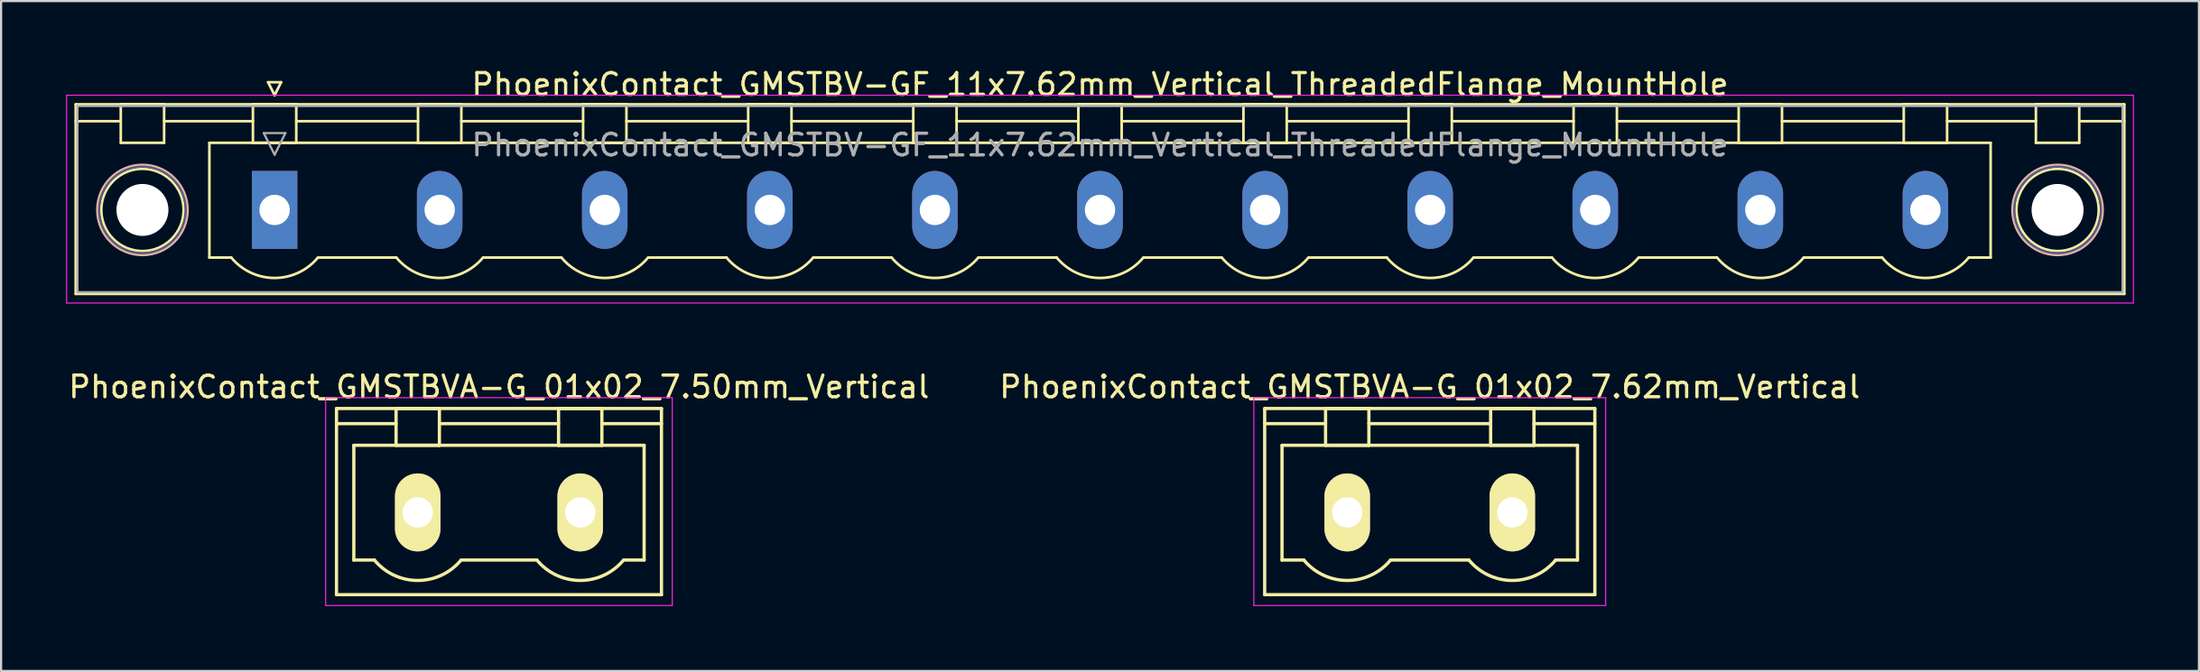
<source format=kicad_pcb>
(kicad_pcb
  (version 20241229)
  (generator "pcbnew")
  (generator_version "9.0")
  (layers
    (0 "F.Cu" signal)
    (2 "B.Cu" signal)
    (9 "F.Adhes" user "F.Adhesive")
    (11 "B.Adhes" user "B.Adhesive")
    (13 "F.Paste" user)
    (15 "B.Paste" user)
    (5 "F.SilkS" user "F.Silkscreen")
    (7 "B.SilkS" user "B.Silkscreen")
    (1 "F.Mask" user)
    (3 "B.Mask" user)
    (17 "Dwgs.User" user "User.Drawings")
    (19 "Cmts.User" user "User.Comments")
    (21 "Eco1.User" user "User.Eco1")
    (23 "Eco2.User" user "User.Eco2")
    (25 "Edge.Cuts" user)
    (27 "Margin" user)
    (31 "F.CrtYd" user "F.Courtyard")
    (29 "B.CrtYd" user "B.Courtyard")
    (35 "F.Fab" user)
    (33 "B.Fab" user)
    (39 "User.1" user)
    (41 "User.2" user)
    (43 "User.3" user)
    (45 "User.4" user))
  (footprint "PhoenixContact_GMSTBVA-G_01x02_7.62mm_Vertical"
    (layer "F.Cu")
    (at 59.136 20.622)
    (property "Reference" "PhoenixContact_GMSTBVA-G_01x02_7.62mm_Vertical" (at 3.81 -5.8 0) (layer "F.SilkS") (effects (font (size 1 1) (thickness 0.15))))
    (attr through_hole)
    (fp_line (start -3.81 -4.8) (end -3.81 3.8) (stroke (width 0.15) (type solid)) (layer "F.SilkS"))
    (fp_line (start -3.81 -4.1) (end -1 -4.1) (stroke (width 0.15) (type solid)) (layer "F.SilkS"))
    (fp_line (start -3.81 3.8) (end 11.43 3.8) (stroke (width 0.15) (type solid)) (layer "F.SilkS"))
    (fp_line (start -3.01 -3.1) (end 10.63 -3.1) (stroke (width 0.15) (type solid)) (layer "F.SilkS"))
    (fp_line (start -3.01 2.2) (end -3.01 -3.1) (stroke (width 0.15) (type solid)) (layer "F.SilkS"))
    (fp_line (start -2 2.2) (end -3.01 2.2) (stroke (width 0.15) (type solid)) (layer "F.SilkS"))
    (fp_line (start -1 -4.8) (end 1 -4.8) (stroke (width 0.15) (type solid)) (layer "F.SilkS"))
    (fp_line (start -1 -3.1) (end -1 -4.8) (stroke (width 0.15) (type solid)) (layer "F.SilkS"))
    (fp_line (start 1 -4.8) (end 1 -3.1) (stroke (width 0.15) (type solid)) (layer "F.SilkS"))
    (fp_line (start 1 -4.1) (end 6.62 -4.1) (stroke (width 0.15) (type solid)) (layer "F.SilkS"))
    (fp_line (start 1 -3.1) (end -1 -3.1) (stroke (width 0.15) (type solid)) (layer "F.SilkS"))
    (fp_line (start 2 2.2) (end 5.62 2.2) (stroke (width 0.15) (type solid)) (layer "F.SilkS"))
    (fp_line (start 6.62 -4.8) (end 8.62 -4.8) (stroke (width 0.15) (type solid)) (layer "F.SilkS"))
    (fp_line (start 6.62 -3.1) (end 6.62 -4.8) (stroke (width 0.15) (type solid)) (layer "F.SilkS"))
    (fp_line (start 8.62 -4.8) (end 8.62 -3.1) (stroke (width 0.15) (type solid)) (layer "F.SilkS"))
    (fp_line (start 8.62 -3.1) (end 6.62 -3.1) (stroke (width 0.15) (type solid)) (layer "F.SilkS"))
    (fp_line (start 10.63 -3.1) (end 10.63 2.2) (stroke (width 0.15) (type solid)) (layer "F.SilkS"))
    (fp_line (start 10.63 2.2) (end 9.62 2.2) (stroke (width 0.15) (type solid)) (layer "F.SilkS"))
    (fp_line (start 11.43 -4.8) (end -3.81 -4.8) (stroke (width 0.15) (type solid)) (layer "F.SilkS"))
    (fp_line (start 11.43 -4.1) (end 8.62 -4.1) (stroke (width 0.15) (type solid)) (layer "F.SilkS"))
    (fp_line (start 11.43 3.8) (end 11.43 -4.8) (stroke (width 0.15) (type solid)) (layer "F.SilkS"))
    (fp_arc (start 1.986842 2.215821) (mid -0.010289 3.142758) (end -2 2.2) (stroke (width 0.15) (type solid)) (layer "F.SilkS"))
    (fp_arc (start 9.606842 2.215821) (mid 7.609711 3.142758) (end 5.62 2.2) (stroke (width 0.15) (type solid)) (layer "F.SilkS"))
    (fp_line (start -4.31 -5.3) (end -4.31 4.3) (stroke (width 0.05) (type solid)) (layer "F.CrtYd"))
    (fp_line (start -4.31 4.3) (end 11.93 4.3) (stroke (width 0.05) (type solid)) (layer "F.CrtYd"))
    (fp_line (start 11.93 -5.3) (end -4.31 -5.3) (stroke (width 0.05) (type solid)) (layer "F.CrtYd"))
    (fp_line (start 11.93 4.3) (end 11.93 -5.3) (stroke (width 0.05) (type solid)) (layer "F.CrtYd"))
    (pad "1" thru_hole oval (at 0 0) (size 2.1 3.6) (drill 1.4) (layers "*.Cu" "*.Mask" "F.SilkS"))
    (pad "2" thru_hole oval (at 7.62 0) (size 2.1 3.6) (drill 1.4) (layers "*.Cu" "*.Mask" "F.SilkS")))
  (footprint "PhoenixContact_GMSTBV-GF_11x7.62mm_Vertical_ThreadedFlange_MountHole"
    (layer "F.Cu")
    (at 9.625 6.648)
    (property "Reference" "PhoenixContact_GMSTBV-GF_11x7.62mm_Vertical_ThreadedFlange_MountHole" (at 38.1 -5.8 0) (layer "F.SilkS") (effects (font (size 1 1) (thickness 0.15))))
    (attr through_hole)
    (fp_line (start -9.18 -4.88) (end -9.18 3.88) (stroke (width 0.12) (type solid)) (layer "F.SilkS"))
    (fp_line (start -9.18 -4.1) (end -7.18 -4.1) (stroke (width 0.12) (type solid)) (layer "F.SilkS"))
    (fp_line (start -9.18 3.88) (end 85.38 3.88) (stroke (width 0.12) (type solid)) (layer "F.SilkS"))
    (fp_line (start -7.1 -4.88) (end -5.1 -4.88) (stroke (width 0.12) (type solid)) (layer "F.SilkS"))
    (fp_line (start -7.1 -3.1) (end -7.1 -4.88) (stroke (width 0.12) (type solid)) (layer "F.SilkS"))
    (fp_line (start -5.1 -4.88) (end -5.1 -3.1) (stroke (width 0.12) (type solid)) (layer "F.SilkS"))
    (fp_line (start -5.1 -4.1) (end -1 -4.1) (stroke (width 0.12) (type solid)) (layer "F.SilkS"))
    (fp_line (start -5.1 -3.1) (end -7.1 -3.1) (stroke (width 0.12) (type solid)) (layer "F.SilkS"))
    (fp_line (start -3.01 -3.1) (end 79.21 -3.1) (stroke (width 0.12) (type solid)) (layer "F.SilkS"))
    (fp_line (start -3.01 2.2) (end -3.01 -3.1) (stroke (width 0.12) (type solid)) (layer "F.SilkS"))
    (fp_line (start -2 2.2) (end -3.01 2.2) (stroke (width 0.12) (type solid)) (layer "F.SilkS"))
    (fp_line (start -1 -4.88) (end 1 -4.88) (stroke (width 0.12) (type solid)) (layer "F.SilkS"))
    (fp_line (start -1 -3.1) (end -1 -4.88) (stroke (width 0.12) (type solid)) (layer "F.SilkS"))
    (fp_line (start -0.3 -5.9) (end 0.3 -5.9) (stroke (width 0.12) (type solid)) (layer "F.SilkS"))
    (fp_line (start 0 -5.3) (end -0.3 -5.9) (stroke (width 0.12) (type solid)) (layer "F.SilkS"))
    (fp_line (start 0.3 -5.9) (end 0 -5.3) (stroke (width 0.12) (type solid)) (layer "F.SilkS"))
    (fp_line (start 1 -4.88) (end 1 -3.1) (stroke (width 0.12) (type solid)) (layer "F.SilkS"))
    (fp_line (start 1 -4.1) (end 6.62 -4.1) (stroke (width 0.12) (type solid)) (layer "F.SilkS"))
    (fp_line (start 1 -3.1) (end -1 -3.1) (stroke (width 0.12) (type solid)) (layer "F.SilkS"))
    (fp_line (start 2 2.2) (end 5.62 2.2) (stroke (width 0.12) (type solid)) (layer "F.SilkS"))
    (fp_line (start 6.62 -4.88) (end 8.62 -4.88) (stroke (width 0.12) (type solid)) (layer "F.SilkS"))
    (fp_line (start 6.62 -3.1) (end 6.62 -4.88) (stroke (width 0.12) (type solid)) (layer "F.SilkS"))
    (fp_line (start 8.62 -4.88) (end 8.62 -3.1) (stroke (width 0.12) (type solid)) (layer "F.SilkS"))
    (fp_line (start 8.62 -4.1) (end 14.24 -4.1) (stroke (width 0.12) (type solid)) (layer "F.SilkS"))
    (fp_line (start 8.62 -3.1) (end 6.62 -3.1) (stroke (width 0.12) (type solid)) (layer "F.SilkS"))
    (fp_line (start 9.62 2.2) (end 13.24 2.2) (stroke (width 0.12) (type solid)) (layer "F.SilkS"))
    (fp_line (start 14.24 -4.88) (end 16.24 -4.88) (stroke (width 0.12) (type solid)) (layer "F.SilkS"))
    (fp_line (start 14.24 -3.1) (end 14.24 -4.88) (stroke (width 0.12) (type solid)) (layer "F.SilkS"))
    (fp_line (start 16.24 -4.88) (end 16.24 -3.1) (stroke (width 0.12) (type solid)) (layer "F.SilkS"))
    (fp_line (start 16.24 -4.1) (end 21.86 -4.1) (stroke (width 0.12) (type solid)) (layer "F.SilkS"))
    (fp_line (start 16.24 -3.1) (end 14.24 -3.1) (stroke (width 0.12) (type solid)) (layer "F.SilkS"))
    (fp_line (start 17.24 2.2) (end 20.86 2.2) (stroke (width 0.12) (type solid)) (layer "F.SilkS"))
    (fp_line (start 21.86 -4.88) (end 23.86 -4.88) (stroke (width 0.12) (type solid)) (layer "F.SilkS"))
    (fp_line (start 21.86 -3.1) (end 21.86 -4.88) (stroke (width 0.12) (type solid)) (layer "F.SilkS"))
    (fp_line (start 23.86 -4.88) (end 23.86 -3.1) (stroke (width 0.12) (type solid)) (layer "F.SilkS"))
    (fp_line (start 23.86 -4.1) (end 29.48 -4.1) (stroke (width 0.12) (type solid)) (layer "F.SilkS"))
    (fp_line (start 23.86 -3.1) (end 21.86 -3.1) (stroke (width 0.12) (type solid)) (layer "F.SilkS"))
    (fp_line (start 24.86 2.2) (end 28.48 2.2) (stroke (width 0.12) (type solid)) (layer "F.SilkS"))
    (fp_line (start 29.48 -4.88) (end 31.48 -4.88) (stroke (width 0.12) (type solid)) (layer "F.SilkS"))
    (fp_line (start 29.48 -3.1) (end 29.48 -4.88) (stroke (width 0.12) (type solid)) (layer "F.SilkS"))
    (fp_line (start 31.48 -4.88) (end 31.48 -3.1) (stroke (width 0.12) (type solid)) (layer "F.SilkS"))
    (fp_line (start 31.48 -4.1) (end 37.1 -4.1) (stroke (width 0.12) (type solid)) (layer "F.SilkS"))
    (fp_line (start 31.48 -3.1) (end 29.48 -3.1) (stroke (width 0.12) (type solid)) (layer "F.SilkS"))
    (fp_line (start 32.48 2.2) (end 36.1 2.2) (stroke (width 0.12) (type solid)) (layer "F.SilkS"))
    (fp_line (start 37.1 -4.88) (end 39.1 -4.88) (stroke (width 0.12) (type solid)) (layer "F.SilkS"))
    (fp_line (start 37.1 -3.1) (end 37.1 -4.88) (stroke (width 0.12) (type solid)) (layer "F.SilkS"))
    (fp_line (start 39.1 -4.88) (end 39.1 -3.1) (stroke (width 0.12) (type solid)) (layer "F.SilkS"))
    (fp_line (start 39.1 -4.1) (end 44.72 -4.1) (stroke (width 0.12) (type solid)) (layer "F.SilkS"))
    (fp_line (start 39.1 -3.1) (end 37.1 -3.1) (stroke (width 0.12) (type solid)) (layer "F.SilkS"))
    (fp_line (start 40.1 2.2) (end 43.72 2.2) (stroke (width 0.12) (type solid)) (layer "F.SilkS"))
    (fp_line (start 44.72 -4.88) (end 46.72 -4.88) (stroke (width 0.12) (type solid)) (layer "F.SilkS"))
    (fp_line (start 44.72 -3.1) (end 44.72 -4.88) (stroke (width 0.12) (type solid)) (layer "F.SilkS"))
    (fp_line (start 46.72 -4.88) (end 46.72 -3.1) (stroke (width 0.12) (type solid)) (layer "F.SilkS"))
    (fp_line (start 46.72 -4.1) (end 52.34 -4.1) (stroke (width 0.12) (type solid)) (layer "F.SilkS"))
    (fp_line (start 46.72 -3.1) (end 44.72 -3.1) (stroke (width 0.12) (type solid)) (layer "F.SilkS"))
    (fp_line (start 47.72 2.2) (end 51.34 2.2) (stroke (width 0.12) (type solid)) (layer "F.SilkS"))
    (fp_line (start 52.34 -4.88) (end 54.34 -4.88) (stroke (width 0.12) (type solid)) (layer "F.SilkS"))
    (fp_line (start 52.34 -3.1) (end 52.34 -4.88) (stroke (width 0.12) (type solid)) (layer "F.SilkS"))
    (fp_line (start 54.34 -4.88) (end 54.34 -3.1) (stroke (width 0.12) (type solid)) (layer "F.SilkS"))
    (fp_line (start 54.34 -4.1) (end 59.96 -4.1) (stroke (width 0.12) (type solid)) (layer "F.SilkS"))
    (fp_line (start 54.34 -3.1) (end 52.34 -3.1) (stroke (width 0.12) (type solid)) (layer "F.SilkS"))
    (fp_line (start 55.34 2.2) (end 58.96 2.2) (stroke (width 0.12) (type solid)) (layer "F.SilkS"))
    (fp_line (start 59.96 -4.88) (end 61.96 -4.88) (stroke (width 0.12) (type solid)) (layer "F.SilkS"))
    (fp_line (start 59.96 -3.1) (end 59.96 -4.88) (stroke (width 0.12) (type solid)) (layer "F.SilkS"))
    (fp_line (start 61.96 -4.88) (end 61.96 -3.1) (stroke (width 0.12) (type solid)) (layer "F.SilkS"))
    (fp_line (start 61.96 -4.1) (end 67.58 -4.1) (stroke (width 0.12) (type solid)) (layer "F.SilkS"))
    (fp_line (start 61.96 -3.1) (end 59.96 -3.1) (stroke (width 0.12) (type solid)) (layer "F.SilkS"))
    (fp_line (start 62.96 2.2) (end 66.58 2.2) (stroke (width 0.12) (type solid)) (layer "F.SilkS"))
    (fp_line (start 67.58 -4.88) (end 69.58 -4.88) (stroke (width 0.12) (type solid)) (layer "F.SilkS"))
    (fp_line (start 67.58 -3.1) (end 67.58 -4.88) (stroke (width 0.12) (type solid)) (layer "F.SilkS"))
    (fp_line (start 69.58 -4.88) (end 69.58 -3.1) (stroke (width 0.12) (type solid)) (layer "F.SilkS"))
    (fp_line (start 69.58 -4.1) (end 75.2 -4.1) (stroke (width 0.12) (type solid)) (layer "F.SilkS"))
    (fp_line (start 69.58 -3.1) (end 67.58 -3.1) (stroke (width 0.12) (type solid)) (layer "F.SilkS"))
    (fp_line (start 70.58 2.2) (end 74.2 2.2) (stroke (width 0.12) (type solid)) (layer "F.SilkS"))
    (fp_line (start 75.2 -4.88) (end 77.2 -4.88) (stroke (width 0.12) (type solid)) (layer "F.SilkS"))
    (fp_line (start 75.2 -3.1) (end 75.2 -4.88) (stroke (width 0.12) (type solid)) (layer "F.SilkS"))
    (fp_line (start 77.2 -4.88) (end 77.2 -3.1) (stroke (width 0.12) (type solid)) (layer "F.SilkS"))
    (fp_line (start 77.2 -4.1) (end 81.3 -4.1) (stroke (width 0.12) (type solid)) (layer "F.SilkS"))
    (fp_line (start 77.2 -3.1) (end 75.2 -3.1) (stroke (width 0.12) (type solid)) (layer "F.SilkS"))
    (fp_line (start 79.21 -3.1) (end 79.21 2.2) (stroke (width 0.12) (type solid)) (layer "F.SilkS"))
    (fp_line (start 79.21 2.2) (end 78.2 2.2) (stroke (width 0.12) (type solid)) (layer "F.SilkS"))
    (fp_line (start 81.3 -4.88) (end 83.3 -4.88) (stroke (width 0.12) (type solid)) (layer "F.SilkS"))
    (fp_line (start 81.3 -3.1) (end 81.3 -4.88) (stroke (width 0.12) (type solid)) (layer "F.SilkS"))
    (fp_line (start 83.3 -4.88) (end 83.3 -3.1) (stroke (width 0.12) (type solid)) (layer "F.SilkS"))
    (fp_line (start 83.3 -3.1) (end 81.3 -3.1) (stroke (width 0.12) (type solid)) (layer "F.SilkS"))
    (fp_line (start 85.38 -4.88) (end -9.18 -4.88) (stroke (width 0.12) (type solid)) (layer "F.SilkS"))
    (fp_line (start 85.38 -4.1) (end 83.38 -4.1) (stroke (width 0.12) (type solid)) (layer "F.SilkS"))
    (fp_line (start 85.38 3.88) (end 85.38 -4.88) (stroke (width 0.12) (type solid)) (layer "F.SilkS"))
    (fp_arc (start 1.986842 2.215821) (mid -0.010289 3.142758) (end -2 2.2) (stroke (width 0.12) (type solid)) (layer "F.SilkS"))
    (fp_arc (start 9.606842 2.215821) (mid 7.609711 3.142758) (end 5.62 2.2) (stroke (width 0.12) (type solid)) (layer "F.SilkS"))
    (fp_arc (start 17.226842 2.215821) (mid 15.229711 3.142758) (end 13.24 2.2) (stroke (width 0.12) (type solid)) (layer "F.SilkS"))
    (fp_arc (start 24.846842 2.215821) (mid 22.849711 3.142758) (end 20.86 2.2) (stroke (width 0.12) (type solid)) (layer "F.SilkS"))
    (fp_arc (start 32.466842 2.215821) (mid 30.469711 3.142758) (end 28.48 2.2) (stroke (width 0.12) (type solid)) (layer "F.SilkS"))
    (fp_arc (start 40.086842 2.215821) (mid 38.089711 3.142758) (end 36.1 2.2) (stroke (width 0.12) (type solid)) (layer "F.SilkS"))
    (fp_arc (start 47.706842 2.215821) (mid 45.709711 3.142758) (end 43.72 2.2) (stroke (width 0.12) (type solid)) (layer "F.SilkS"))
    (fp_arc (start 55.326842 2.215821) (mid 53.329711 3.142758) (end 51.34 2.2) (stroke (width 0.12) (type solid)) (layer "F.SilkS"))
    (fp_arc (start 62.946842 2.215821) (mid 60.949711 3.142758) (end 58.96 2.2) (stroke (width 0.12) (type solid)) (layer "F.SilkS"))
    (fp_arc (start 70.566842 2.215821) (mid 68.569711 3.142758) (end 66.58 2.2) (stroke (width 0.12) (type solid)) (layer "F.SilkS"))
    (fp_arc (start 78.186842 2.215821) (mid 76.189711 3.142758) (end 74.2 2.2) (stroke (width 0.12) (type solid)) (layer "F.SilkS"))
    (fp_circle (center -6.1 0) (end -4.2 0) (stroke (width 0.12) (type solid)) (fill no) (layer "F.SilkS"))
    (fp_circle (center 82.3 0) (end 84.2 0) (stroke (width 0.12) (type solid)) (fill no) (layer "F.SilkS"))
    (fp_circle (center -6.1 0) (end -4.02 0) (stroke (width 0.12) (type solid)) (fill no) (layer "B.SilkS"))
    (fp_circle (center 82.3 0) (end 84.38 0) (stroke (width 0.12) (type solid)) (fill no) (layer "B.SilkS"))
    (fp_line (start -9.6 -5.3) (end -9.6 4.3) (stroke (width 0.05) (type solid)) (layer "F.CrtYd"))
    (fp_line (start -9.6 4.3) (end 85.8 4.3) (stroke (width 0.05) (type solid)) (layer "F.CrtYd"))
    (fp_line (start 85.8 -5.3) (end -9.6 -5.3) (stroke (width 0.05) (type solid)) (layer "F.CrtYd"))
    (fp_line (start 85.8 4.3) (end 85.8 -5.3) (stroke (width 0.05) (type solid)) (layer "F.CrtYd"))
    (fp_circle (center -6.1 0) (end -4.1 0) (stroke (width 0.1) (type solid)) (fill no) (layer "B.Fab"))
    (fp_circle (center 82.3 0) (end 84.3 0) (stroke (width 0.1) (type solid)) (fill no) (layer "B.Fab"))
    (fp_line (start -9.1 -4.8) (end -9.1 3.8) (stroke (width 0.1) (type solid)) (layer "F.Fab"))
    (fp_line (start -9.1 3.8) (end 85.3 3.8) (stroke (width 0.1) (type solid)) (layer "F.Fab"))
    (fp_line (start -0.5 -3.55) (end 0.5 -3.55) (stroke (width 0.1) (type solid)) (layer "F.Fab"))
    (fp_line (start 0 -2.55) (end -0.5 -3.55) (stroke (width 0.1) (type solid)) (layer "F.Fab"))
    (fp_line (start 0.5 -3.55) (end 0 -2.55) (stroke (width 0.1) (type solid)) (layer "F.Fab"))
    (fp_line (start 85.3 -4.8) (end -9.1 -4.8) (stroke (width 0.1) (type solid)) (layer "F.Fab"))
    (fp_line (start 85.3 3.8) (end 85.3 -4.8) (stroke (width 0.1) (type solid)) (layer "F.Fab"))
    (fp_text user "${REFERENCE}" (at 38.1 -3 0) (layer "F.Fab") (effects (font (size 1 1) (thickness 0.15))))
    (pad "" np_thru_hole circle (at -6.1 0) (size 2.4 2.4) (drill 2.4) (layers "*.Cu" "*.Mask"))
    (pad "" np_thru_hole circle (at 82.3 0) (size 2.4 2.4) (drill 2.4) (layers "*.Cu" "*.Mask"))
    (pad "1" thru_hole rect (at 0 0) (size 2.1 3.6) (drill 1.4) (layers "*.Cu" "*.Mask"))
    (pad "2" thru_hole oval (at 7.62 0) (size 2.1 3.6) (drill 1.4) (layers "*.Cu" "*.Mask"))
    (pad "3" thru_hole oval (at 15.24 0) (size 2.1 3.6) (drill 1.4) (layers "*.Cu" "*.Mask"))
    (pad "4" thru_hole oval (at 22.86 0) (size 2.1 3.6) (drill 1.4) (layers "*.Cu" "*.Mask"))
    (pad "5" thru_hole oval (at 30.48 0) (size 2.1 3.6) (drill 1.4) (layers "*.Cu" "*.Mask"))
    (pad "6" thru_hole oval (at 38.1 0) (size 2.1 3.6) (drill 1.4) (layers "*.Cu" "*.Mask"))
    (pad "7" thru_hole oval (at 45.72 0) (size 2.1 3.6) (drill 1.4) (layers "*.Cu" "*.Mask"))
    (pad "8" thru_hole oval (at 53.34 0) (size 2.1 3.6) (drill 1.4) (layers "*.Cu" "*.Mask"))
    (pad "9" thru_hole oval (at 60.96 0) (size 2.1 3.6) (drill 1.4) (layers "*.Cu" "*.Mask"))
    (pad "10" thru_hole oval (at 68.58 0) (size 2.1 3.6) (drill 1.4) (layers "*.Cu" "*.Mask"))
    (pad "11" thru_hole oval (at 76.2 0) (size 2.1 3.6) (drill 1.4) (layers "*.Cu" "*.Mask")))
  (footprint "PhoenixContact_GMSTBVA-G_01x02_7.50mm_Vertical"
    (layer "F.Cu")
    (at 16.232 20.622)
    (property "Reference" "PhoenixContact_GMSTBVA-G_01x02_7.50mm_Vertical" (at 3.75 -5.8 0) (layer "F.SilkS") (effects (font (size 1 1) (thickness 0.15))))
    (attr through_hole)
    (fp_line (start -3.75 -4.8) (end -3.75 3.8) (stroke (width 0.15) (type solid)) (layer "F.SilkS"))
    (fp_line (start -3.75 -4.1) (end -1 -4.1) (stroke (width 0.15) (type solid)) (layer "F.SilkS"))
    (fp_line (start -3.75 3.8) (end 11.25 3.8) (stroke (width 0.15) (type solid)) (layer "F.SilkS"))
    (fp_line (start -2.95 -3.1) (end 10.45 -3.1) (stroke (width 0.15) (type solid)) (layer "F.SilkS"))
    (fp_line (start -2.95 2.2) (end -2.95 -3.1) (stroke (width 0.15) (type solid)) (layer "F.SilkS"))
    (fp_line (start -2 2.2) (end -2.95 2.2) (stroke (width 0.15) (type solid)) (layer "F.SilkS"))
    (fp_line (start -1 -4.8) (end 1 -4.8) (stroke (width 0.15) (type solid)) (layer "F.SilkS"))
    (fp_line (start -1 -3.1) (end -1 -4.8) (stroke (width 0.15) (type solid)) (layer "F.SilkS"))
    (fp_line (start 1 -4.8) (end 1 -3.1) (stroke (width 0.15) (type solid)) (layer "F.SilkS"))
    (fp_line (start 1 -4.1) (end 6.5 -4.1) (stroke (width 0.15) (type solid)) (layer "F.SilkS"))
    (fp_line (start 1 -3.1) (end -1 -3.1) (stroke (width 0.15) (type solid)) (layer "F.SilkS"))
    (fp_line (start 2 2.2) (end 5.5 2.2) (stroke (width 0.15) (type solid)) (layer "F.SilkS"))
    (fp_line (start 6.5 -4.8) (end 8.5 -4.8) (stroke (width 0.15) (type solid)) (layer "F.SilkS"))
    (fp_line (start 6.5 -3.1) (end 6.5 -4.8) (stroke (width 0.15) (type solid)) (layer "F.SilkS"))
    (fp_line (start 8.5 -4.8) (end 8.5 -3.1) (stroke (width 0.15) (type solid)) (layer "F.SilkS"))
    (fp_line (start 8.5 -3.1) (end 6.5 -3.1) (stroke (width 0.15) (type solid)) (layer "F.SilkS"))
    (fp_line (start 10.45 -3.1) (end 10.45 2.2) (stroke (width 0.15) (type solid)) (layer "F.SilkS"))
    (fp_line (start 10.45 2.2) (end 9.5 2.2) (stroke (width 0.15) (type solid)) (layer "F.SilkS"))
    (fp_line (start 11.25 -4.8) (end -3.75 -4.8) (stroke (width 0.15) (type solid)) (layer "F.SilkS"))
    (fp_line (start 11.25 -4.1) (end 8.5 -4.1) (stroke (width 0.15) (type solid)) (layer "F.SilkS"))
    (fp_line (start 11.25 3.8) (end 11.25 -4.8) (stroke (width 0.15) (type solid)) (layer "F.SilkS"))
    (fp_arc (start 1.986842 2.215821) (mid -0.010289 3.142758) (end -2 2.2) (stroke (width 0.15) (type solid)) (layer "F.SilkS"))
    (fp_arc (start 9.486842 2.215821) (mid 7.489711 3.142758) (end 5.5 2.2) (stroke (width 0.15) (type solid)) (layer "F.SilkS"))
    (fp_line (start -4.25 -5.3) (end -4.25 4.3) (stroke (width 0.05) (type solid)) (layer "F.CrtYd"))
    (fp_line (start -4.25 4.3) (end 11.75 4.3) (stroke (width 0.05) (type solid)) (layer "F.CrtYd"))
    (fp_line (start 11.75 -5.3) (end -4.25 -5.3) (stroke (width 0.05) (type solid)) (layer "F.CrtYd"))
    (fp_line (start 11.75 4.3) (end 11.75 -5.3) (stroke (width 0.05) (type solid)) (layer "F.CrtYd"))
    (pad "1" thru_hole oval (at 0 0) (size 2.1 3.6) (drill 1.4) (layers "*.Cu" "*.Mask" "F.SilkS"))
    (pad "2" thru_hole oval (at 7.5 0) (size 2.1 3.6) (drill 1.4) (layers "*.Cu" "*.Mask" "F.SilkS")))
  (gr_rect
    (start -3 -3)
    (end 98.45 27.947)
    (stroke (width 0.1) (type default))
    (fill no)
    (layer "Edge.Cuts")))
</source>
